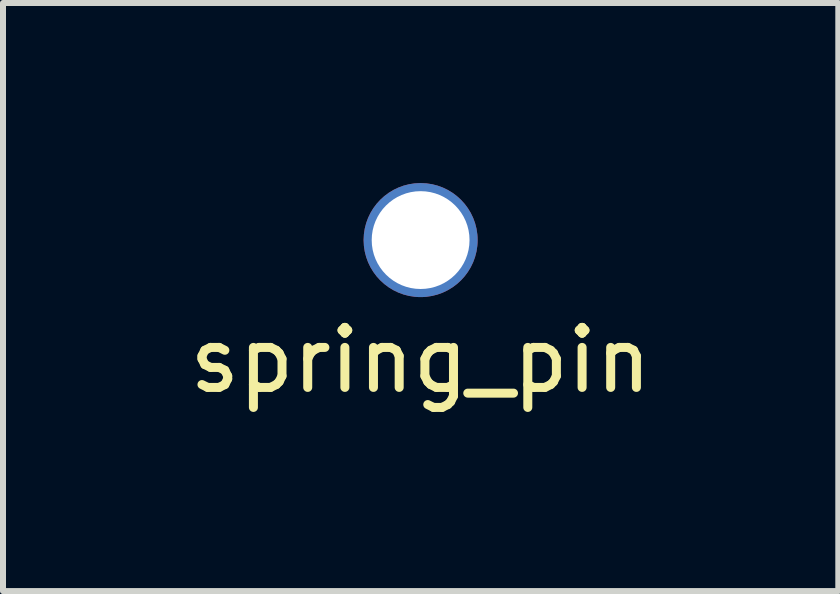
<source format=kicad_pcb>
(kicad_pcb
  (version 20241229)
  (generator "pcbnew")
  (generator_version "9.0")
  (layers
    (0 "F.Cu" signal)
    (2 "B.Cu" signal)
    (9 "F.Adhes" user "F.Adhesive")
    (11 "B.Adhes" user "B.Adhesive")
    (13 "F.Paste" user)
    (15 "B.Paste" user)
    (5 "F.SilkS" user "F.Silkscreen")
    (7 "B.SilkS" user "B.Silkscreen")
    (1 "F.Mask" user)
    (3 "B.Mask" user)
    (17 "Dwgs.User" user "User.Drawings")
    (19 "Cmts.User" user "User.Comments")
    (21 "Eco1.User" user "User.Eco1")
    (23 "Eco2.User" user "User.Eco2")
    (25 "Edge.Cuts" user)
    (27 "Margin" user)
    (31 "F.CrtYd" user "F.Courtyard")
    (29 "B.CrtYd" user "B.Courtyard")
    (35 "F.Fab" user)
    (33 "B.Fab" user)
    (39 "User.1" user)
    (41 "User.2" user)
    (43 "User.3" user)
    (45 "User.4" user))
  (footprint "spring_pin"
    (layer "F.Cu")
    (at 3.958 0.95)
    (property "Reference" "spring_pin" (at 0 2 0) (layer "F.SilkS") (effects (font (size 1 1) (thickness 0.15))))
    (attr through_hole)
    (pad "1" thru_hole circle (at 0 0) (size 1.9 1.9) (drill 1.63) (layers "*.Cu" "*.Mask")))
  (gr_rect
    (start -3 -3)
    (end 10.917 6.798)
    (stroke (width 0.1) (type default))
    (fill no)
    (layer "Edge.Cuts")))
</source>
